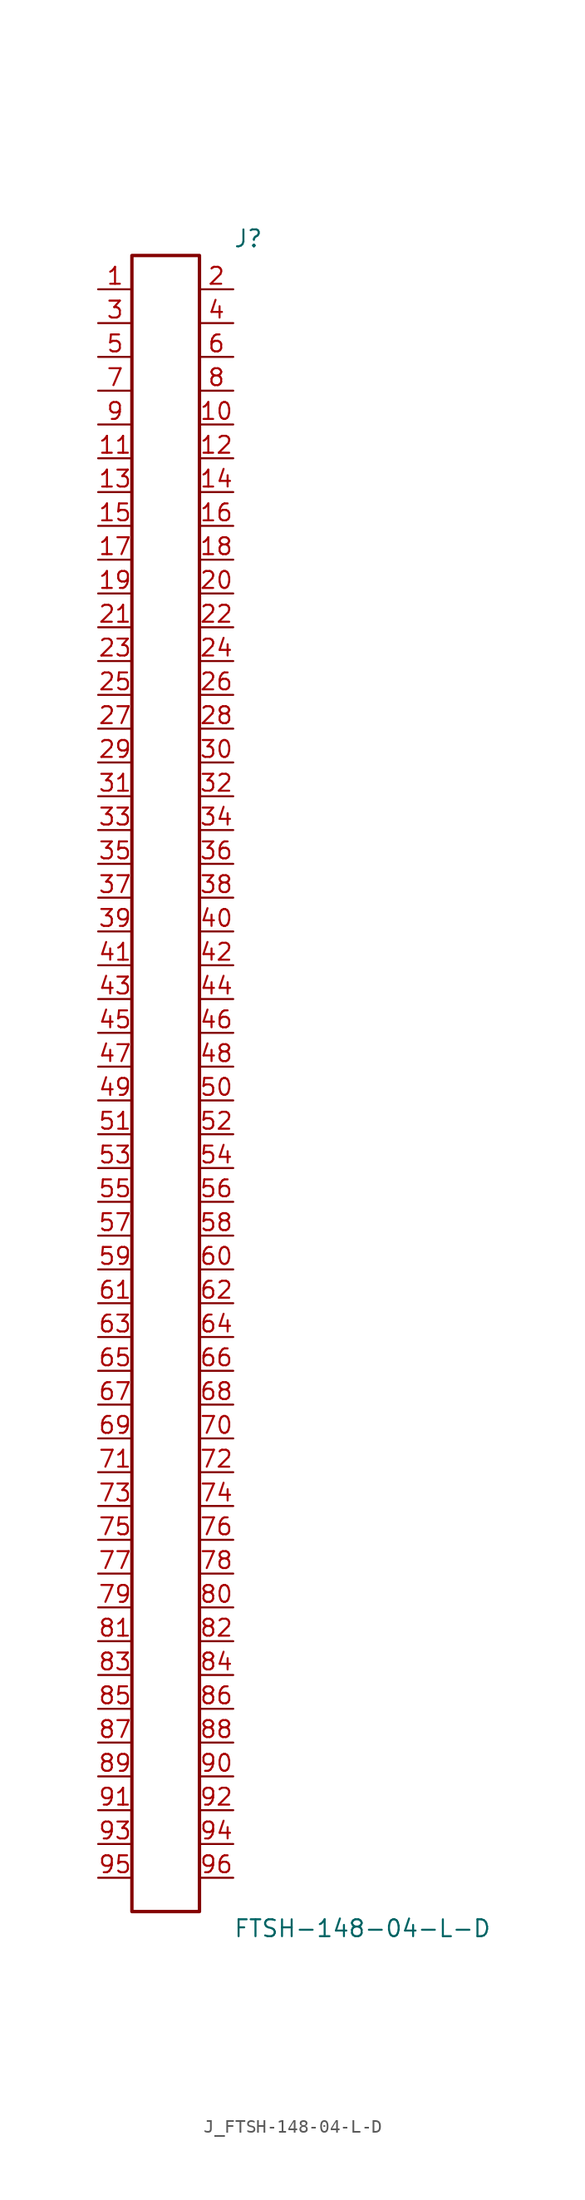
<source format=kicad_sym>
(kicad_symbol_lib
  (version 20231120)
  (generator kicad_symbol_editor)
  (generator_version 8.0)
  (symbol "J_FTSH-148-04-L-D"
    (pin_names
      (offset 0.254))
    (property "Reference" "J"
      (at 5.08 63.5 0)
      (effects (font (size 1.27 1.27)) (justify left)))
    (property "Value" "FTSH-148-04-L-D"
      (at 5.08 -63.5 0)
      (effects (font (size 1.27 1.27)) (justify left)))
    (symbol "J_FTSH-148-04-L-D_0_0"
      (pin passive line (at -5.08 59.69 0) (length 2.54) (name "" (effects (font (size 1.27 1.27)))) (number "1" (effects (font (size 1.27 1.27)))))
      (pin passive line (at 5.08 59.69 180) (length 2.54) (name "" (effects (font (size 1.27 1.27)))) (number "2" (effects (font (size 1.27 1.27)))))
      (pin passive line (at -5.08 57.15 0) (length 2.54) (name "" (effects (font (size 1.27 1.27)))) (number "3" (effects (font (size 1.27 1.27)))))
      (pin passive line (at 5.08 57.15 180) (length 2.54) (name "" (effects (font (size 1.27 1.27)))) (number "4" (effects (font (size 1.27 1.27)))))
      (pin passive line (at -5.08 54.61 0) (length 2.54) (name "" (effects (font (size 1.27 1.27)))) (number "5" (effects (font (size 1.27 1.27)))))
      (pin passive line (at 5.08 54.61 180) (length 2.54) (name "" (effects (font (size 1.27 1.27)))) (number "6" (effects (font (size 1.27 1.27)))))
      (pin passive line (at -5.08 52.07 0) (length 2.54) (name "" (effects (font (size 1.27 1.27)))) (number "7" (effects (font (size 1.27 1.27)))))
      (pin passive line (at 5.08 52.07 180) (length 2.54) (name "" (effects (font (size 1.27 1.27)))) (number "8" (effects (font (size 1.27 1.27)))))
      (pin passive line (at -5.08 49.53 0) (length 2.54) (name "" (effects (font (size 1.27 1.27)))) (number "9" (effects (font (size 1.27 1.27)))))
      (pin passive line (at 5.08 49.53 180) (length 2.54) (name "" (effects (font (size 1.27 1.27)))) (number "10" (effects (font (size 1.27 1.27)))))
      (pin passive line (at -5.08 46.99 0) (length 2.54) (name "" (effects (font (size 1.27 1.27)))) (number "11" (effects (font (size 1.27 1.27)))))
      (pin passive line (at 5.08 46.99 180) (length 2.54) (name "" (effects (font (size 1.27 1.27)))) (number "12" (effects (font (size 1.27 1.27)))))
      (pin passive line (at -5.08 44.45 0) (length 2.54) (name "" (effects (font (size 1.27 1.27)))) (number "13" (effects (font (size 1.27 1.27)))))
      (pin passive line (at 5.08 44.45 180) (length 2.54) (name "" (effects (font (size 1.27 1.27)))) (number "14" (effects (font (size 1.27 1.27)))))
      (pin passive line (at -5.08 41.91 0) (length 2.54) (name "" (effects (font (size 1.27 1.27)))) (number "15" (effects (font (size 1.27 1.27)))))
      (pin passive line (at 5.08 41.91 180) (length 2.54) (name "" (effects (font (size 1.27 1.27)))) (number "16" (effects (font (size 1.27 1.27)))))
      (pin passive line (at -5.08 39.37 0) (length 2.54) (name "" (effects (font (size 1.27 1.27)))) (number "17" (effects (font (size 1.27 1.27)))))
      (pin passive line (at 5.08 39.37 180) (length 2.54) (name "" (effects (font (size 1.27 1.27)))) (number "18" (effects (font (size 1.27 1.27)))))
      (pin passive line (at -5.08 36.83 0) (length 2.54) (name "" (effects (font (size 1.27 1.27)))) (number "19" (effects (font (size 1.27 1.27)))))
      (pin passive line (at 5.08 36.83 180) (length 2.54) (name "" (effects (font (size 1.27 1.27)))) (number "20" (effects (font (size 1.27 1.27)))))
      (pin passive line (at -5.08 34.29 0) (length 2.54) (name "" (effects (font (size 1.27 1.27)))) (number "21" (effects (font (size 1.27 1.27)))))
      (pin passive line (at 5.08 34.29 180) (length 2.54) (name "" (effects (font (size 1.27 1.27)))) (number "22" (effects (font (size 1.27 1.27)))))
      (pin passive line (at -5.08 31.75 0) (length 2.54) (name "" (effects (font (size 1.27 1.27)))) (number "23" (effects (font (size 1.27 1.27)))))
      (pin passive line (at 5.08 31.75 180) (length 2.54) (name "" (effects (font (size 1.27 1.27)))) (number "24" (effects (font (size 1.27 1.27)))))
      (pin passive line (at -5.08 29.21 0) (length 2.54) (name "" (effects (font (size 1.27 1.27)))) (number "25" (effects (font (size 1.27 1.27)))))
      (pin passive line (at 5.08 29.21 180) (length 2.54) (name "" (effects (font (size 1.27 1.27)))) (number "26" (effects (font (size 1.27 1.27)))))
      (pin passive line (at -5.08 26.67 0) (length 2.54) (name "" (effects (font (size 1.27 1.27)))) (number "27" (effects (font (size 1.27 1.27)))))
      (pin passive line (at 5.08 26.67 180) (length 2.54) (name "" (effects (font (size 1.27 1.27)))) (number "28" (effects (font (size 1.27 1.27)))))
      (pin passive line (at -5.08 24.13 0) (length 2.54) (name "" (effects (font (size 1.27 1.27)))) (number "29" (effects (font (size 1.27 1.27)))))
      (pin passive line (at 5.08 24.13 180) (length 2.54) (name "" (effects (font (size 1.27 1.27)))) (number "30" (effects (font (size 1.27 1.27)))))
      (pin passive line (at -5.08 21.59 0) (length 2.54) (name "" (effects (font (size 1.27 1.27)))) (number "31" (effects (font (size 1.27 1.27)))))
      (pin passive line (at 5.08 21.59 180) (length 2.54) (name "" (effects (font (size 1.27 1.27)))) (number "32" (effects (font (size 1.27 1.27)))))
      (pin passive line (at -5.08 19.05 0) (length 2.54) (name "" (effects (font (size 1.27 1.27)))) (number "33" (effects (font (size 1.27 1.27)))))
      (pin passive line (at 5.08 19.05 180) (length 2.54) (name "" (effects (font (size 1.27 1.27)))) (number "34" (effects (font (size 1.27 1.27)))))
      (pin passive line (at -5.08 16.51 0) (length 2.54) (name "" (effects (font (size 1.27 1.27)))) (number "35" (effects (font (size 1.27 1.27)))))
      (pin passive line (at 5.08 16.51 180) (length 2.54) (name "" (effects (font (size 1.27 1.27)))) (number "36" (effects (font (size 1.27 1.27)))))
      (pin passive line (at -5.08 13.97 0) (length 2.54) (name "" (effects (font (size 1.27 1.27)))) (number "37" (effects (font (size 1.27 1.27)))))
      (pin passive line (at 5.08 13.97 180) (length 2.54) (name "" (effects (font (size 1.27 1.27)))) (number "38" (effects (font (size 1.27 1.27)))))
      (pin passive line (at -5.08 11.43 0) (length 2.54) (name "" (effects (font (size 1.27 1.27)))) (number "39" (effects (font (size 1.27 1.27)))))
      (pin passive line (at 5.08 11.43 180) (length 2.54) (name "" (effects (font (size 1.27 1.27)))) (number "40" (effects (font (size 1.27 1.27)))))
      (pin passive line (at -5.08 8.89 0) (length 2.54) (name "" (effects (font (size 1.27 1.27)))) (number "41" (effects (font (size 1.27 1.27)))))
      (pin passive line (at 5.08 8.89 180) (length 2.54) (name "" (effects (font (size 1.27 1.27)))) (number "42" (effects (font (size 1.27 1.27)))))
      (pin passive line (at -5.08 6.35 0) (length 2.54) (name "" (effects (font (size 1.27 1.27)))) (number "43" (effects (font (size 1.27 1.27)))))
      (pin passive line (at 5.08 6.35 180) (length 2.54) (name "" (effects (font (size 1.27 1.27)))) (number "44" (effects (font (size 1.27 1.27)))))
      (pin passive line (at -5.08 3.81 0) (length 2.54) (name "" (effects (font (size 1.27 1.27)))) (number "45" (effects (font (size 1.27 1.27)))))
      (pin passive line (at 5.08 3.81 180) (length 2.54) (name "" (effects (font (size 1.27 1.27)))) (number "46" (effects (font (size 1.27 1.27)))))
      (pin passive line (at -5.08 1.27 0) (length 2.54) (name "" (effects (font (size 1.27 1.27)))) (number "47" (effects (font (size 1.27 1.27)))))
      (pin passive line (at 5.08 1.27 180) (length 2.54) (name "" (effects (font (size 1.27 1.27)))) (number "48" (effects (font (size 1.27 1.27)))))
      (pin passive line (at -5.08 -1.27 0) (length 2.54) (name "" (effects (font (size 1.27 1.27)))) (number "49" (effects (font (size 1.27 1.27)))))
      (pin passive line (at 5.08 -1.27 180) (length 2.54) (name "" (effects (font (size 1.27 1.27)))) (number "50" (effects (font (size 1.27 1.27)))))
      (pin passive line (at -5.08 -3.81 0) (length 2.54) (name "" (effects (font (size 1.27 1.27)))) (number "51" (effects (font (size 1.27 1.27)))))
      (pin passive line (at 5.08 -3.81 180) (length 2.54) (name "" (effects (font (size 1.27 1.27)))) (number "52" (effects (font (size 1.27 1.27)))))
      (pin passive line (at -5.08 -6.35 0) (length 2.54) (name "" (effects (font (size 1.27 1.27)))) (number "53" (effects (font (size 1.27 1.27)))))
      (pin passive line (at 5.08 -6.35 180) (length 2.54) (name "" (effects (font (size 1.27 1.27)))) (number "54" (effects (font (size 1.27 1.27)))))
      (pin passive line (at -5.08 -8.89 0) (length 2.54) (name "" (effects (font (size 1.27 1.27)))) (number "55" (effects (font (size 1.27 1.27)))))
      (pin passive line (at 5.08 -8.89 180) (length 2.54) (name "" (effects (font (size 1.27 1.27)))) (number "56" (effects (font (size 1.27 1.27)))))
      (pin passive line (at -5.08 -11.43 0) (length 2.54) (name "" (effects (font (size 1.27 1.27)))) (number "57" (effects (font (size 1.27 1.27)))))
      (pin passive line (at 5.08 -11.43 180) (length 2.54) (name "" (effects (font (size 1.27 1.27)))) (number "58" (effects (font (size 1.27 1.27)))))
      (pin passive line (at -5.08 -13.97 0) (length 2.54) (name "" (effects (font (size 1.27 1.27)))) (number "59" (effects (font (size 1.27 1.27)))))
      (pin passive line (at 5.08 -13.97 180) (length 2.54) (name "" (effects (font (size 1.27 1.27)))) (number "60" (effects (font (size 1.27 1.27)))))
      (pin passive line (at -5.08 -16.51 0) (length 2.54) (name "" (effects (font (size 1.27 1.27)))) (number "61" (effects (font (size 1.27 1.27)))))
      (pin passive line (at 5.08 -16.51 180) (length 2.54) (name "" (effects (font (size 1.27 1.27)))) (number "62" (effects (font (size 1.27 1.27)))))
      (pin passive line (at -5.08 -19.05 0) (length 2.54) (name "" (effects (font (size 1.27 1.27)))) (number "63" (effects (font (size 1.27 1.27)))))
      (pin passive line (at 5.08 -19.05 180) (length 2.54) (name "" (effects (font (size 1.27 1.27)))) (number "64" (effects (font (size 1.27 1.27)))))
      (pin passive line (at -5.08 -21.59 0) (length 2.54) (name "" (effects (font (size 1.27 1.27)))) (number "65" (effects (font (size 1.27 1.27)))))
      (pin passive line (at 5.08 -21.59 180) (length 2.54) (name "" (effects (font (size 1.27 1.27)))) (number "66" (effects (font (size 1.27 1.27)))))
      (pin passive line (at -5.08 -24.13 0) (length 2.54) (name "" (effects (font (size 1.27 1.27)))) (number "67" (effects (font (size 1.27 1.27)))))
      (pin passive line (at 5.08 -24.13 180) (length 2.54) (name "" (effects (font (size 1.27 1.27)))) (number "68" (effects (font (size 1.27 1.27)))))
      (pin passive line (at -5.08 -26.67 0) (length 2.54) (name "" (effects (font (size 1.27 1.27)))) (number "69" (effects (font (size 1.27 1.27)))))
      (pin passive line (at 5.08 -26.67 180) (length 2.54) (name "" (effects (font (size 1.27 1.27)))) (number "70" (effects (font (size 1.27 1.27)))))
      (pin passive line (at -5.08 -29.21 0) (length 2.54) (name "" (effects (font (size 1.27 1.27)))) (number "71" (effects (font (size 1.27 1.27)))))
      (pin passive line (at 5.08 -29.21 180) (length 2.54) (name "" (effects (font (size 1.27 1.27)))) (number "72" (effects (font (size 1.27 1.27)))))
      (pin passive line (at -5.08 -31.75 0) (length 2.54) (name "" (effects (font (size 1.27 1.27)))) (number "73" (effects (font (size 1.27 1.27)))))
      (pin passive line (at 5.08 -31.75 180) (length 2.54) (name "" (effects (font (size 1.27 1.27)))) (number "74" (effects (font (size 1.27 1.27)))))
      (pin passive line (at -5.08 -34.29 0) (length 2.54) (name "" (effects (font (size 1.27 1.27)))) (number "75" (effects (font (size 1.27 1.27)))))
      (pin passive line (at 5.08 -34.29 180) (length 2.54) (name "" (effects (font (size 1.27 1.27)))) (number "76" (effects (font (size 1.27 1.27)))))
      (pin passive line (at -5.08 -36.83 0) (length 2.54) (name "" (effects (font (size 1.27 1.27)))) (number "77" (effects (font (size 1.27 1.27)))))
      (pin passive line (at 5.08 -36.83 180) (length 2.54) (name "" (effects (font (size 1.27 1.27)))) (number "78" (effects (font (size 1.27 1.27)))))
      (pin passive line (at -5.08 -39.37 0) (length 2.54) (name "" (effects (font (size 1.27 1.27)))) (number "79" (effects (font (size 1.27 1.27)))))
      (pin passive line (at 5.08 -39.37 180) (length 2.54) (name "" (effects (font (size 1.27 1.27)))) (number "80" (effects (font (size 1.27 1.27)))))
      (pin passive line (at -5.08 -41.91 0) (length 2.54) (name "" (effects (font (size 1.27 1.27)))) (number "81" (effects (font (size 1.27 1.27)))))
      (pin passive line (at 5.08 -41.91 180) (length 2.54) (name "" (effects (font (size 1.27 1.27)))) (number "82" (effects (font (size 1.27 1.27)))))
      (pin passive line (at -5.08 -44.45 0) (length 2.54) (name "" (effects (font (size 1.27 1.27)))) (number "83" (effects (font (size 1.27 1.27)))))
      (pin passive line (at 5.08 -44.45 180) (length 2.54) (name "" (effects (font (size 1.27 1.27)))) (number "84" (effects (font (size 1.27 1.27)))))
      (pin passive line (at -5.08 -46.99 0) (length 2.54) (name "" (effects (font (size 1.27 1.27)))) (number "85" (effects (font (size 1.27 1.27)))))
      (pin passive line (at 5.08 -46.99 180) (length 2.54) (name "" (effects (font (size 1.27 1.27)))) (number "86" (effects (font (size 1.27 1.27)))))
      (pin passive line (at -5.08 -49.53 0) (length 2.54) (name "" (effects (font (size 1.27 1.27)))) (number "87" (effects (font (size 1.27 1.27)))))
      (pin passive line (at 5.08 -49.53 180) (length 2.54) (name "" (effects (font (size 1.27 1.27)))) (number "88" (effects (font (size 1.27 1.27)))))
      (pin passive line (at -5.08 -52.07 0) (length 2.54) (name "" (effects (font (size 1.27 1.27)))) (number "89" (effects (font (size 1.27 1.27)))))
      (pin passive line (at 5.08 -52.07 180) (length 2.54) (name "" (effects (font (size 1.27 1.27)))) (number "90" (effects (font (size 1.27 1.27)))))
      (pin passive line (at -5.08 -54.61 0) (length 2.54) (name "" (effects (font (size 1.27 1.27)))) (number "91" (effects (font (size 1.27 1.27)))))
      (pin passive line (at 5.08 -54.61 180) (length 2.54) (name "" (effects (font (size 1.27 1.27)))) (number "92" (effects (font (size 1.27 1.27)))))
      (pin passive line (at -5.08 -57.15 0) (length 2.54) (name "" (effects (font (size 1.27 1.27)))) (number "93" (effects (font (size 1.27 1.27)))))
      (pin passive line (at 5.08 -57.15 180) (length 2.54) (name "" (effects (font (size 1.27 1.27)))) (number "94" (effects (font (size 1.27 1.27)))))
      (pin passive line (at -5.08 -59.69 0) (length 2.54) (name "" (effects (font (size 1.27 1.27)))) (number "95" (effects (font (size 1.27 1.27)))))
      (pin passive line (at 5.08 -59.69 180) (length 2.54) (name "" (effects (font (size 1.27 1.27)))) (number "96" (effects (font (size 1.27 1.27))))))
    (symbol "J_FTSH-148-04-L-D_1_0"
      (rectangle (start -2.54 62.23) (end 2.54 -62.23) (stroke (width 0.254) (type solid)) (fill (type none))))))
</source>
